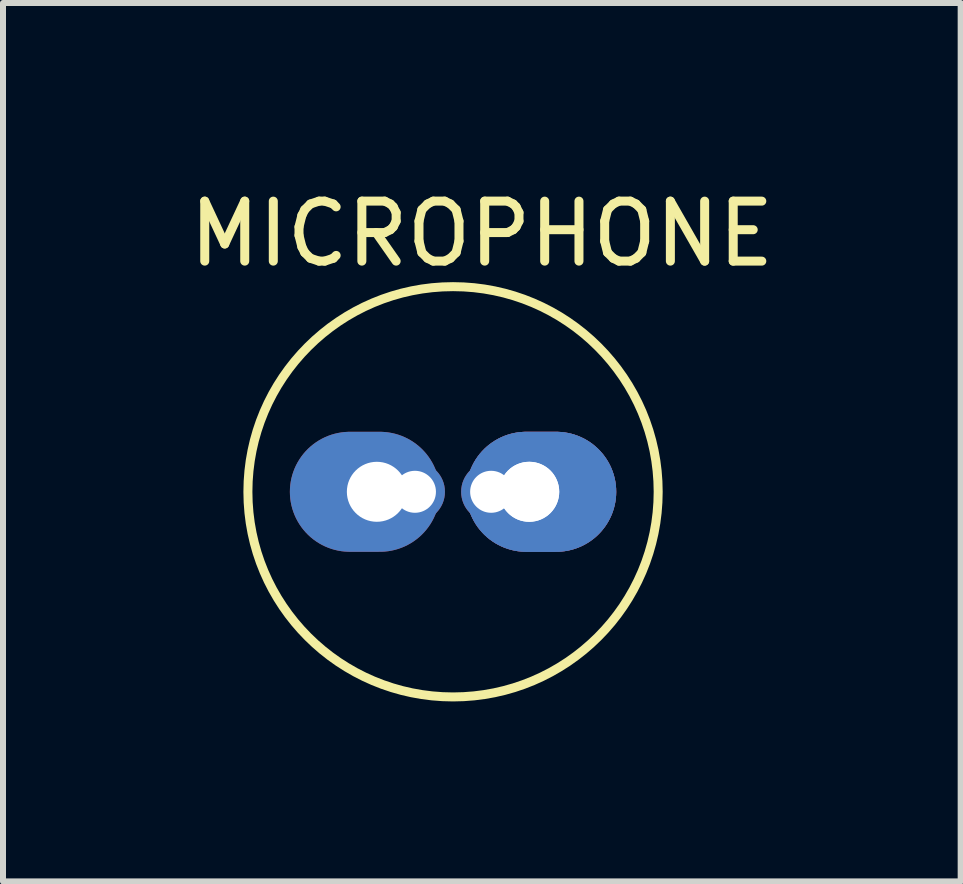
<source format=kicad_pcb>
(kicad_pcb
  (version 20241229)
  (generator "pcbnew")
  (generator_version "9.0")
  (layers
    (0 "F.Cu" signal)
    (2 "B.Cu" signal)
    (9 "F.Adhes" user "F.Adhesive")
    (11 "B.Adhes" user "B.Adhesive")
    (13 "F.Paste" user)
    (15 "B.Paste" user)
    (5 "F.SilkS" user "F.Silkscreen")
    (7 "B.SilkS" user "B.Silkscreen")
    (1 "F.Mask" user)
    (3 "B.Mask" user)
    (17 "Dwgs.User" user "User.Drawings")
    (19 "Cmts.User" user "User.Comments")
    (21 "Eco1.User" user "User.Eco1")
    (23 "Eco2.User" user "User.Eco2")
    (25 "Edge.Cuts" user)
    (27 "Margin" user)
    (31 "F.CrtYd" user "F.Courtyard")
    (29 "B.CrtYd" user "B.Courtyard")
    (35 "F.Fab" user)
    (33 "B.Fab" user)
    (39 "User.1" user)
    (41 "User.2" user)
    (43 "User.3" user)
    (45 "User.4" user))
  (footprint "MICROPHONE"
    (layer "F.Cu")
    (at 4.502 5.148)
    (property "Reference" "MICROPHONE" (at 0.48 -4.3 0) (layer "F.SilkS") (effects (font (size 1 1) (thickness 0.15))))
    (attr through_hole)
    (fp_circle (center 0 0) (end 3.175 -1.27) (stroke (width 0.15) (type solid)) (fill no) (layer "F.SilkS"))
    (pad "1" thru_hole oval (at -1.27 0) (size 2.5 2) (drill 1 (offset -0.2 0)) (layers "*.Cu" "*.Mask"))
    (pad "1" thru_hole oval (at -0.635 0) (size 1 1) (drill 0.7) (layers "*.Cu" "*.Mask"))
    (pad "2" thru_hole oval (at 0.635 0) (size 1 1) (drill 0.7) (layers "*.Cu" "*.Mask"))
    (pad "2" thru_hole oval (at 1.27 0) (size 2.5 2) (drill 1 (offset 0.2 0)) (layers "*.Cu" "*.Mask"))
    (pad "2" thru_hole oval (at 1.27 0) (size 2.5 2) (drill 1 (offset 0.2 0)) (layers "*.Cu" "*.Mask")))
  (gr_rect
    (start -3 -3)
    (end 12.964 11.643)
    (stroke (width 0.1) (type default))
    (fill no)
    (layer "Edge.Cuts")))
</source>
